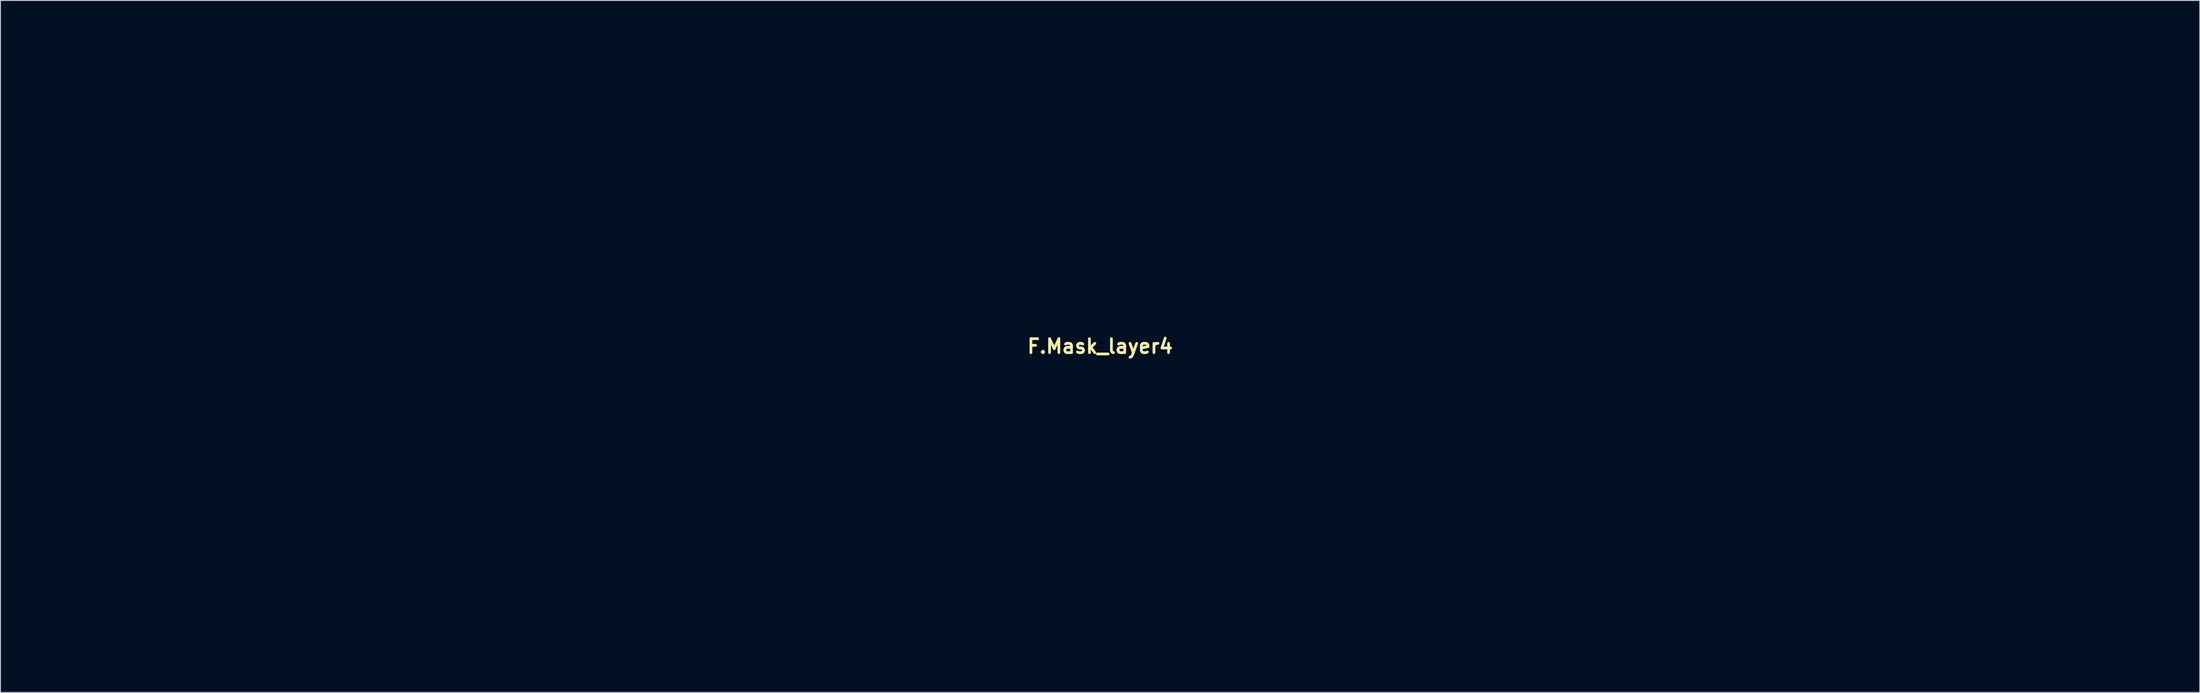
<source format=kicad_pcb>
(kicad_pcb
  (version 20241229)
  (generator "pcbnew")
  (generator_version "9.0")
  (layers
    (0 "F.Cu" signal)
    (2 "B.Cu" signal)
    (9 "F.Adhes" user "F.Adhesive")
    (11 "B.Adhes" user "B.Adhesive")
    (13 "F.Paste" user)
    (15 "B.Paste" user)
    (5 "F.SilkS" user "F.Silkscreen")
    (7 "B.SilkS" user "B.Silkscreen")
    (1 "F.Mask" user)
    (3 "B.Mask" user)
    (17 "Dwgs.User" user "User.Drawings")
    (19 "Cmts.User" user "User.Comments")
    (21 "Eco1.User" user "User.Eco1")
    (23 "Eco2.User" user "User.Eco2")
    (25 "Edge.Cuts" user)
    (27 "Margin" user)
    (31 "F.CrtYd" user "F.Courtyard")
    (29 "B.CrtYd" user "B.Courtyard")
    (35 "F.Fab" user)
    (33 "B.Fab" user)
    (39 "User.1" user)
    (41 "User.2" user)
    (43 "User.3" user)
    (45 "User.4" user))
  (footprint "F.Mask_layer4"
    (layer "F.Cu")
    (at 117.014 34.782)
    (property "Reference" "F.Mask_layer4" (at 0 0 0) (layer "F.SilkS") (effects (font (size 1.524 1.524) (thickness 0.3))))
    (attr through_hole)
    (fp_poly (pts (xy 117.009 34.798) (xy -117.009 34.798) (xy -117.009 14.177) (xy -8.271 14.177) (xy -8.255 14.326) (xy -8.248 14.353) (xy -8.189 14.486) (xy -8.1 14.593) (xy -7.989 14.672) (xy -7.863 14.72) (xy -7.726 14.735) (xy -7.587 14.712) (xy -7.491 14.673) (xy -7.372 14.59) (xy -7.284 14.485) (xy -7.228 14.366) (xy -7.204 14.238) (xy -7.206 14.195) (xy -5.73 14.195) (xy -5.713 14.326) (xy -5.665 14.449) (xy -5.586 14.558) (xy -5.478 14.647) (xy -5.343 14.709) (xy -5.334 14.712) (xy -5.211 14.729) (xy -5.07 14.712) (xy -5.018 14.699) (xy -4.896 14.642) (xy -4.796 14.555) (xy -4.722 14.444) (xy -4.676 14.319) (xy -4.661 14.184) (xy -4.68 14.049) (xy -4.717 13.955) (xy -4.8 13.834) (xy -4.907 13.743) (xy -5.029 13.685) (xy -5.161 13.66) (xy -5.296 13.67) (xy -5.426 13.715) (xy -5.546 13.797) (xy -5.57 13.819) (xy -5.66 13.935) (xy -5.712 14.063) (xy -5.73 14.195) (xy -7.206 14.195) (xy -7.211 14.109) (xy -7.249 13.984) (xy -7.318 13.871) (xy -7.419 13.776) (xy -7.492 13.732) (xy -7.631 13.683) (xy -7.774 13.673) (xy -7.914 13.699) (xy -8.042 13.762) (xy -8.087 13.796) (xy -8.186 13.907) (xy -8.248 14.035) (xy -8.271 14.177) (xy -117.009 14.177) (xy -117.009 12.925) (xy -9.524 12.925) (xy -9.515 13.046) (xy -9.502 13.111) (xy -9.468 13.181) (xy -9.408 13.26) (xy -9.334 13.336) (xy -9.256 13.398) (xy -9.187 13.434) (xy -9.186 13.434) (xy -9.081 13.454) (xy -8.96 13.458) (xy -8.847 13.446) (xy -8.819 13.439) (xy -8.74 13.402) (xy -8.655 13.338) (xy -8.576 13.259) (xy -8.517 13.177) (xy -8.506 13.155) (xy -8.478 13.056) (xy -8.468 12.937) (xy -8.47 12.904) (xy -7.004 12.904) (xy -6.994 13.032) (xy -6.954 13.154) (xy -6.884 13.264) (xy -6.782 13.355) (xy -6.756 13.372) (xy -6.629 13.432) (xy -6.508 13.457) (xy -6.382 13.447) (xy -6.31 13.429) (xy -6.183 13.371) (xy -6.081 13.285) (xy -6.005 13.176) (xy -5.957 13.053) (xy -5.94 12.922) (xy -5.954 12.79) (xy -6.002 12.664) (xy -6.081 12.555) (xy -6.199 12.461) (xy -6.333 12.404) (xy -6.478 12.388) (xy -6.631 12.412) (xy -6.634 12.413) (xy -6.761 12.469) (xy -6.862 12.553) (xy -6.937 12.658) (xy -6.984 12.778) (xy -7.004 12.904) (xy -8.47 12.904) (xy -8.476 12.818) (xy -8.504 12.716) (xy -8.506 12.71) (xy -8.585 12.585) (xy -8.691 12.491) (xy -8.82 12.43) (xy -8.969 12.405) (xy -8.996 12.405) (xy -9.148 12.423) (xy -9.281 12.478) (xy -9.391 12.567) (xy -9.474 12.687) (xy -9.485 12.71) (xy -9.513 12.807) (xy -9.524 12.925) (xy -117.009 12.925) (xy -117.009 2.021) (xy 114.501 2.021) (xy 114.503 2.121) (xy 114.51 2.193) (xy 114.526 2.253) (xy 114.552 2.316) (xy 114.56 2.333) (xy 114.65 2.469) (xy 114.766 2.577) (xy 114.904 2.655) (xy 115.057 2.7) (xy 115.218 2.709) (xy 115.382 2.682) (xy 115.436 2.664) (xy 115.56 2.597) (xy 115.675 2.499) (xy 115.77 2.378) (xy 115.804 2.318) (xy 115.844 2.196) (xy 115.86 2.055) (xy 115.851 1.91) (xy 115.817 1.776) (xy 115.8 1.736) (xy 115.709 1.591) (xy 115.587 1.474) (xy 115.464 1.4) (xy 115.324 1.355) (xy 115.17 1.342) (xy 115.016 1.359) (xy 114.891 1.4) (xy 114.746 1.49) (xy 114.628 1.612) (xy 114.559 1.72) (xy 114.531 1.781) (xy 114.513 1.837) (xy 114.504 1.902) (xy 114.501 1.991) (xy 114.501 2.021) (xy -117.009 2.021) (xy -117.009 0.834) (xy -0.157 0.834) (xy -0.154 0.991) (xy -0.116 1.143) (xy -0.044 1.283) (xy 0.002 1.341) (xy 0.128 1.458) (xy 0.266 1.536) (xy 0.42 1.575) (xy 0.574 1.578) (xy 0.677 1.564) (xy 0.773 1.539) (xy 0.81 1.524) (xy 0.956 1.434) (xy 1.074 1.314) (xy 1.132 1.225) (xy 1.165 1.157) (xy 1.185 1.092) (xy 1.197 1.013) (xy 1.203 0.928) (xy 1.206 0.833) (xy 1.202 0.765) (xy 1.19 0.707) (xy 1.166 0.646) (xy 1.155 0.621) (xy 1.064 0.47) (xy 0.943 0.348) (xy 0.836 0.279) (xy 0.78 0.251) (xy 0.727 0.235) (xy 0.666 0.226) (xy 0.581 0.223) (xy 0.529 0.223) (xy 0.385 0.23) (xy 0.269 0.255) (xy 0.169 0.303) (xy 0.074 0.377) (xy 0.039 0.41) (xy -0.06 0.536) (xy -0.125 0.68) (xy -0.157 0.834) (xy -117.009 0.834) (xy -117.009 0.138) (xy 106.269 0.138) (xy 106.271 0.236) (xy 106.277 0.307) (xy 106.292 0.364) (xy 106.318 0.422) (xy 106.325 0.436) (xy 106.367 0.51) (xy 106.412 0.578) (xy 106.434 0.606) (xy 106.491 0.659) (xy 106.574 0.715) (xy 106.666 0.765) (xy 106.753 0.801) (xy 106.774 0.807) (xy 106.869 0.819) (xy 106.984 0.816) (xy 107.103 0.8) (xy 107.208 0.773) (xy 107.242 0.759) (xy 107.369 0.679) (xy 107.48 0.57) (xy 107.566 0.442) (xy 107.57 0.433) (xy 107.597 0.372) (xy 107.612 0.311) (xy 107.62 0.237) (xy 107.622 0.138) (xy 107.612 -0.013) (xy 107.581 -0.136) (xy 107.522 -0.245) (xy 107.432 -0.35) (xy 107.432 -0.35) (xy 107.327 -0.44) (xy 107.219 -0.498) (xy 107.095 -0.53) (xy 106.945 -0.54) (xy 106.945 -0.54) (xy 106.794 -0.53) (xy 106.67 -0.498) (xy 106.562 -0.44) (xy 106.458 -0.35) (xy 106.368 -0.245) (xy 106.31 -0.136) (xy 106.278 -0.011) (xy 106.269 0.138) (xy -117.009 0.138) (xy -117.009 -2.869) (xy 9.375 -2.869) (xy 9.406 -2.718) (xy 9.467 -2.577) (xy 9.56 -2.453) (xy 9.682 -2.351) (xy 9.691 -2.345) (xy 9.83 -2.282) (xy 9.987 -2.252) (xy 10.149 -2.254) (xy 10.306 -2.291) (xy 10.346 -2.307) (xy 10.456 -2.373) (xy 10.56 -2.468) (xy 10.646 -2.58) (xy 10.702 -2.693) (xy 10.737 -2.86) (xy 10.733 -3.024) (xy 10.693 -3.18) (xy 10.619 -3.322) (xy 10.513 -3.443) (xy 10.377 -3.538) (xy 10.355 -3.55) (xy 10.286 -3.58) (xy 10.223 -3.598) (xy 10.151 -3.607) (xy 10.054 -3.609) (xy 9.909 -3.599) (xy 9.789 -3.568) (xy 9.681 -3.511) (xy 9.582 -3.431) (xy 9.48 -3.31) (xy 9.412 -3.171) (xy 9.377 -3.022) (xy 9.375 -2.869) (xy -117.009 -2.869) (xy -117.009 -4.826) (xy -5.852 -4.826) (xy -5.851 -4.733) (xy -5.844 -4.667) (xy -5.827 -4.61) (xy -5.797 -4.547) (xy -5.777 -4.508) (xy -5.678 -4.371) (xy -5.555 -4.264) (xy -5.412 -4.19) (xy -5.257 -4.152) (xy -5.094 -4.151) (xy -4.929 -4.19) (xy -4.924 -4.192) (xy -4.778 -4.268) (xy -4.659 -4.375) (xy -4.568 -4.508) (xy -4.511 -4.662) (xy -4.492 -4.781) (xy -4.499 -4.956) (xy -4.542 -5.113) (xy -4.623 -5.251) (xy -4.738 -5.365) (xy -4.856 -5.44) (xy -4.936 -5.478) (xy -5.001 -5.501) (xy -5.067 -5.511) (xy -5.155 -5.514) (xy -5.173 -5.514) (xy -5.273 -5.511) (xy -5.349 -5.5) (xy -5.417 -5.478) (xy -5.461 -5.459) (xy -5.606 -5.367) (xy -5.724 -5.244) (xy -5.797 -5.122) (xy -5.827 -5.053) (xy -5.843 -4.988) (xy -5.851 -4.91) (xy -5.852 -4.826) (xy -117.009 -4.826) (xy -117.009 -7.853) (xy -104.539 -7.853) (xy -104.529 -7.696) (xy -104.483 -7.551) (xy -104.402 -7.422) (xy -104.29 -7.316) (xy -104.201 -7.262) (xy -104.054 -7.21) (xy -103.898 -7.193) (xy -103.746 -7.211) (xy -103.64 -7.247) (xy -103.507 -7.33) (xy -103.403 -7.436) (xy -103.33 -7.56) (xy -103.287 -7.695) (xy -103.28 -7.773) (xy -89.297 -7.773) (xy -89.296 -7.767) (xy -89.282 -7.679) (xy -89.258 -7.589) (xy -89.244 -7.552) (xy -89.165 -7.424) (xy -89.058 -7.322) (xy -88.93 -7.248) (xy -88.787 -7.205) (xy -88.637 -7.194) (xy -88.485 -7.219) (xy -88.374 -7.262) (xy -88.245 -7.348) (xy -88.146 -7.457) (xy -88.128 -7.49) (xy 104.672 -7.49) (xy 104.679 -7.344) (xy 104.717 -7.202) (xy 104.787 -7.069) (xy 104.89 -6.95) (xy 104.974 -6.884) (xy 105.058 -6.833) (xy 105.135 -6.8) (xy 105.218 -6.784) (xy 105.321 -6.779) (xy 105.389 -6.781) (xy 105.499 -6.788) (xy 105.582 -6.803) (xy 105.65 -6.829) (xy 105.66 -6.834) (xy 105.802 -6.93) (xy 105.916 -7.053) (xy 105.976 -7.151) (xy 106.02 -7.283) (xy 106.038 -7.432) (xy 106.029 -7.583) (xy 105.992 -7.722) (xy 105.984 -7.742) (xy 105.901 -7.876) (xy 105.789 -7.986) (xy 105.654 -8.07) (xy 105.505 -8.123) (xy 105.347 -8.14) (xy 105.227 -8.128) (xy 105.069 -8.077) (xy 104.937 -7.997) (xy 104.829 -7.892) (xy 104.749 -7.769) (xy 104.696 -7.633) (xy 104.672 -7.49) (xy -88.128 -7.49) (xy -88.078 -7.582) (xy -88.041 -7.718) (xy -88.034 -7.859) (xy -88.058 -7.998) (xy -88.112 -8.13) (xy -88.197 -8.247) (xy -88.312 -8.344) (xy -88.379 -8.383) (xy -88.531 -8.436) (xy -88.682 -8.452) (xy -88.827 -8.433) (xy -88.961 -8.382) (xy -89.079 -8.303) (xy -89.177 -8.199) (xy -89.25 -8.074) (xy -89.291 -7.931) (xy -89.297 -7.773) (xy -103.28 -7.773) (xy -103.274 -7.835) (xy -103.292 -7.974) (xy -103.34 -8.107) (xy -103.419 -8.227) (xy -103.529 -8.328) (xy -103.619 -8.383) (xy -103.77 -8.436) (xy -103.922 -8.451) (xy -104.07 -8.431) (xy -104.208 -8.379) (xy -104.33 -8.297) (xy -104.428 -8.187) (xy -104.499 -8.051) (xy -104.511 -8.015) (xy -104.539 -7.853) (xy -117.009 -7.853) (xy -117.009 -10.313) (xy -104.537 -10.313) (xy -104.536 -10.307) (xy -104.502 -10.145) (xy -104.432 -10.004) (xy -104.328 -9.886) (xy -104.192 -9.796) (xy -104.174 -9.787) (xy -104.095 -9.757) (xy -104.012 -9.741) (xy -103.907 -9.737) (xy -103.802 -9.742) (xy -103.719 -9.757) (xy -103.64 -9.787) (xy -103.507 -9.87) (xy -103.404 -9.976) (xy -103.331 -10.1) (xy -103.288 -10.235) (xy -103.28 -10.313) (xy -89.297 -10.313) (xy -89.296 -10.307) (xy -89.262 -10.145) (xy -89.192 -10.004) (xy -89.088 -9.886) (xy -88.952 -9.796) (xy -88.934 -9.787) (xy -88.855 -9.757) (xy -88.772 -9.741) (xy -88.667 -9.737) (xy -88.562 -9.742) (xy -88.479 -9.757) (xy -88.4 -9.787) (xy -88.267 -9.87) (xy -88.163 -9.976) (xy -88.09 -10.1) (xy -88.047 -10.235) (xy -88.034 -10.375) (xy -88.052 -10.514) (xy -88.1 -10.647) (xy -88.179 -10.767) (xy -88.289 -10.868) (xy -88.379 -10.923) (xy -88.531 -10.976) (xy -88.682 -10.992) (xy -88.827 -10.973) (xy -88.961 -10.922) (xy -89.079 -10.843) (xy -89.177 -10.739) (xy -89.25 -10.614) (xy -89.291 -10.471) (xy -89.297 -10.313) (xy -103.28 -10.313) (xy -103.275 -10.375) (xy -103.292 -10.514) (xy -103.34 -10.647) (xy -103.419 -10.767) (xy -103.529 -10.868) (xy -103.619 -10.923) (xy -103.771 -10.976) (xy -103.922 -10.992) (xy -104.067 -10.973) (xy -104.201 -10.922) (xy -104.319 -10.843) (xy -104.417 -10.739) (xy -104.49 -10.614) (xy -104.531 -10.471) (xy -104.537 -10.313) (xy -117.009 -10.313) (xy -117.009 -11.263) (xy 76.097 -11.263) (xy 76.11 -11.11) (xy 76.156 -10.964) (xy 76.232 -10.832) (xy 76.337 -10.72) (xy 76.471 -10.632) (xy 76.547 -10.6) (xy 76.673 -10.572) (xy 76.815 -10.567) (xy 76.955 -10.585) (xy 77.077 -10.625) (xy 77.079 -10.626) (xy 77.206 -10.708) (xy 77.319 -10.819) (xy 77.404 -10.947) (xy 77.408 -10.954) (xy 77.434 -11.015) (xy 77.45 -11.075) (xy 77.457 -11.147) (xy 77.457 -11.17) (xy 78.003 -11.17) (xy 78.033 -11.029) (xy 78.09 -10.898) (xy 78.174 -10.78) (xy 78.28 -10.683) (xy 78.408 -10.609) (xy 78.554 -10.564) (xy 78.716 -10.554) (xy 78.761 -10.557) (xy 78.835 -10.572) (xy 78.922 -10.599) (xy 78.978 -10.62) (xy 79.107 -10.698) (xy 79.22 -10.807) (xy 79.306 -10.936) (xy 79.318 -10.961) (xy 79.344 -11.029) (xy 79.358 -11.105) (xy 79.364 -11.203) (xy 79.364 -11.239) (xy 79.361 -11.347) (xy 79.349 -11.428) (xy 79.328 -11.497) (xy 79.318 -11.518) (xy 79.23 -11.662) (xy 79.114 -11.777) (xy 78.974 -11.861) (xy 78.816 -11.91) (xy 78.7 -11.921) (xy 78.545 -11.91) (xy 78.415 -11.873) (xy 78.298 -11.805) (xy 78.21 -11.729) (xy 78.105 -11.599) (xy 78.037 -11.46) (xy 78.004 -11.315) (xy 78.003 -11.17) (xy 77.457 -11.17) (xy 77.459 -11.247) (xy 77.459 -11.25) (xy 77.456 -11.349) (xy 77.449 -11.42) (xy 77.433 -11.478) (xy 77.407 -11.538) (xy 77.4 -11.551) (xy 77.303 -11.696) (xy 77.177 -11.81) (xy 77.07 -11.872) (xy 76.995 -11.903) (xy 76.923 -11.92) (xy 76.838 -11.927) (xy 76.782 -11.927) (xy 76.687 -11.925) (xy 76.616 -11.915) (xy 76.55 -11.894) (xy 76.47 -11.858) (xy 76.383 -11.808) (xy 76.306 -11.751) (xy 76.264 -11.71) (xy 76.172 -11.569) (xy 76.117 -11.418) (xy 76.097 -11.263) (xy -117.009 -11.263) (xy -117.009 -12.903) (xy -104.531 -12.903) (xy -104.514 -12.733) (xy -104.461 -12.588) (xy -104.374 -12.467) (xy -104.252 -12.369) (xy -104.174 -12.327) (xy -104.044 -12.287) (xy -103.898 -12.274) (xy -103.754 -12.29) (xy -103.641 -12.327) (xy -103.508 -12.41) (xy -103.404 -12.516) (xy -103.331 -12.64) (xy -103.288 -12.774) (xy -103.281 -12.847) (xy -89.296 -12.847) (xy -89.296 -12.845) (xy -89.262 -12.685) (xy -89.191 -12.544) (xy -89.086 -12.426) (xy -88.952 -12.336) (xy -88.934 -12.327) (xy -88.855 -12.297) (xy -88.772 -12.281) (xy -88.667 -12.277) (xy -88.562 -12.282) (xy -88.479 -12.297) (xy -88.4 -12.327) (xy -88.267 -12.41) (xy -88.163 -12.517) (xy -88.089 -12.64) (xy -88.046 -12.775) (xy -88.034 -12.916) (xy -88.052 -13.055) (xy -88.101 -13.188) (xy -88.181 -13.308) (xy -88.291 -13.41) (xy -88.382 -13.464) (xy -88.534 -13.518) (xy -88.684 -13.533) (xy -88.829 -13.513) (xy -88.963 -13.462) (xy -89.082 -13.382) (xy -89.179 -13.278) (xy -89.25 -13.151) (xy -89.291 -13.007) (xy -89.296 -12.847) (xy -103.281 -12.847) (xy -103.275 -12.915) (xy -103.293 -13.054) (xy -103.341 -13.187) (xy -103.419 -13.307) (xy -103.529 -13.408) (xy -103.619 -13.463) (xy -103.773 -13.517) (xy -103.928 -13.533) (xy -104.078 -13.512) (xy -104.217 -13.457) (xy -104.339 -13.369) (xy -104.438 -13.251) (xy -104.468 -13.198) (xy -104.501 -13.127) (xy -104.521 -13.064) (xy -104.529 -12.994) (xy -104.531 -12.903) (xy -117.009 -12.903) (xy -117.009 -15.443) (xy -104.531 -15.443) (xy -104.514 -15.273) (xy -104.461 -15.128) (xy -104.374 -15.007) (xy -104.252 -14.909) (xy -104.174 -14.867) (xy -104.044 -14.827) (xy -103.898 -14.814) (xy -103.754 -14.83) (xy -103.641 -14.867) (xy -103.507 -14.951) (xy -103.402 -15.061) (xy -103.327 -15.191) (xy -103.285 -15.335) (xy -103.276 -15.485) (xy -103.281 -15.509) (xy -89.296 -15.509) (xy -89.293 -15.358) (xy -89.256 -15.213) (xy -89.186 -15.081) (xy -89.086 -14.967) (xy -88.956 -14.878) (xy -88.933 -14.867) (xy -88.803 -14.827) (xy -88.658 -14.814) (xy -88.514 -14.83) (xy -88.4 -14.867) (xy -88.262 -14.955) (xy -88.233 -14.986) (xy -0.792 -14.986) (xy -0.781 -14.835) (xy -0.745 -14.709) (xy -0.679 -14.596) (xy -0.592 -14.497) (xy -0.469 -14.402) (xy -0.324 -14.339) (xy -0.167 -14.309) (xy -0.005 -14.316) (xy 0.135 -14.352) (xy 0.274 -14.425) (xy 0.395 -14.531) (xy 0.489 -14.66) (xy 0.502 -14.685) (xy 0.531 -14.751) (xy 0.549 -14.811) (xy 0.558 -14.879) (xy 0.561 -14.97) (xy 0.561 -14.997) (xy 0.559 -15.095) (xy 0.552 -15.165) (xy 0.537 -15.222) (xy 0.512 -15.28) (xy 0.503 -15.298) (xy 0.404 -15.443) (xy 0.278 -15.557) (xy 0.171 -15.618) (xy 0.096 -15.648) (xy 0.024 -15.665) (xy -0.063 -15.672) (xy -0.116 -15.672) (xy -0.271 -15.66) (xy -0.401 -15.62) (xy -0.519 -15.548) (xy -0.597 -15.479) (xy -0.691 -15.37) (xy -0.752 -15.256) (xy -0.784 -15.125) (xy -0.792 -14.986) (xy -88.233 -14.986) (xy -88.151 -15.073) (xy -88.093 -15.169) (xy -88.065 -15.236) (xy -88.05 -15.305) (xy -88.043 -15.392) (xy -88.043 -15.443) (xy -88.045 -15.537) (xy -88.054 -15.607) (xy -88.074 -15.67) (xy -88.107 -15.738) (xy -88.193 -15.865) (xy -88.304 -15.962) (xy -88.432 -16.029) (xy -88.571 -16.066) (xy -88.714 -16.072) (xy -88.856 -16.047) (xy -88.989 -15.991) (xy -89.107 -15.903) (xy -89.192 -15.801) (xy -89.263 -15.658) (xy -89.296 -15.509) (xy -103.281 -15.509) (xy -103.304 -15.635) (xy -103.369 -15.779) (xy -103.382 -15.801) (xy -103.482 -15.917) (xy -103.603 -16) (xy -103.738 -16.052) (xy -103.88 -16.073) (xy -104.023 -16.063) (xy -104.161 -16.022) (xy -104.287 -15.95) (xy -104.395 -15.849) (xy -104.468 -15.738) (xy -104.501 -15.667) (xy -104.521 -15.604) (xy -104.529 -15.534) (xy -104.531 -15.443) (xy -117.009 -15.443) (xy -117.009 -17.983) (xy -104.532 -17.983) (xy -104.52 -17.835) (xy -104.484 -17.713) (xy -104.417 -17.603) (xy -104.358 -17.537) (xy -104.24 -17.441) (xy -104.105 -17.382) (xy -103.948 -17.358) (xy -103.907 -17.357) (xy -103.802 -17.362) (xy -103.719 -17.377) (xy -103.641 -17.407) (xy -103.507 -17.491) (xy -103.402 -17.601) (xy -103.327 -17.731) (xy -103.285 -17.875) (xy -103.279 -17.983) (xy -89.292 -17.983) (xy -89.28 -17.835) (xy -89.244 -17.713) (xy -89.177 -17.603) (xy -89.118 -17.537) (xy -89 -17.441) (xy -88.865 -17.382) (xy -88.708 -17.358) (xy -88.667 -17.357) (xy -88.562 -17.362) (xy -88.479 -17.377) (xy -88.401 -17.407) (xy -88.269 -17.491) (xy -88.158 -17.605) (xy -88.091 -17.714) (xy -88.064 -17.78) (xy -88.049 -17.851) (xy -88.043 -17.942) (xy -88.043 -17.983) (xy -88.045 -18.077) (xy -88.054 -18.147) (xy -88.074 -18.21) (xy -88.107 -18.278) (xy -88.196 -18.409) (xy -88.313 -18.51) (xy -88.453 -18.578) (xy -88.61 -18.611) (xy -88.667 -18.614) (xy -88.828 -18.594) (xy -88.975 -18.537) (xy -89.1 -18.447) (xy -89.2 -18.327) (xy -89.228 -18.278) (xy -89.261 -18.206) (xy -89.281 -18.144) (xy -89.29 -18.073) (xy -89.292 -17.983) (xy -103.279 -17.983) (xy -103.276 -18.025) (xy -103.304 -18.175) (xy -103.369 -18.319) (xy -103.382 -18.341) (xy -103.482 -18.457) (xy -103.603 -18.54) (xy -103.738 -18.592) (xy -103.88 -18.613) (xy -104.023 -18.603) (xy -104.161 -18.562) (xy -104.287 -18.49) (xy -104.395 -18.389) (xy -104.468 -18.278) (xy -104.501 -18.206) (xy -104.521 -18.144) (xy -104.53 -18.073) (xy -104.532 -17.983) (xy -117.009 -17.983) (xy -117.009 -20.522) (xy -104.532 -20.522) (xy -104.528 -20.42) (xy -104.517 -20.344) (xy -104.494 -20.278) (xy -104.483 -20.254) (xy -104.395 -20.12) (xy -104.278 -20.009) (xy -104.173 -19.946) (xy -104.113 -19.92) (xy -104.057 -19.905) (xy -103.991 -19.9) (xy -103.9 -19.902) (xy -103.886 -19.902) (xy -103.767 -19.912) (xy -103.678 -19.931) (xy -103.621 -19.954) (xy -103.508 -20.032) (xy -103.407 -20.137) (xy -103.331 -20.254) (xy -103.304 -20.321) (xy -103.289 -20.392) (xy -103.283 -20.484) (xy -103.283 -20.523) (xy -89.292 -20.523) (xy -89.281 -20.376) (xy -89.244 -20.254) (xy -89.178 -20.146) (xy -89.117 -20.078) (xy -89.021 -19.994) (xy -88.926 -19.94) (xy -88.819 -19.911) (xy -88.688 -19.903) (xy -88.635 -19.904) (xy -88.519 -19.914) (xy -88.431 -19.934) (xy -88.377 -19.956) (xy -88.259 -20.038) (xy -88.155 -20.15) (xy -88.091 -20.254) (xy -88.064 -20.32) (xy -88.049 -20.391) (xy -88.043 -20.482) (xy -88.043 -20.523) (xy -88.045 -20.617) (xy -88.054 -20.687) (xy -88.074 -20.75) (xy -88.107 -20.818) (xy -88.196 -20.948) (xy -88.313 -21.05) (xy -88.453 -21.119) (xy -88.608 -21.153) (xy -88.667 -21.155) (xy -88.827 -21.136) (xy -88.973 -21.079) (xy -89.099 -20.988) (xy -89.199 -20.868) (xy -89.228 -20.818) (xy -89.261 -20.746) (xy -89.281 -20.684) (xy -89.29 -20.613) (xy -89.292 -20.523) (xy -103.283 -20.523) (xy -103.285 -20.617) (xy -103.294 -20.687) (xy -103.314 -20.75) (xy -103.347 -20.818) (xy -103.433 -20.946) (xy -103.543 -21.044) (xy -103.67 -21.111) (xy -103.808 -21.147) (xy -103.95 -21.153) (xy -104.09 -21.129) (xy -104.222 -21.074) (xy -104.339 -20.989) (xy -104.436 -20.873) (xy -104.468 -20.818) (xy -104.501 -20.746) (xy -104.521 -20.683) (xy -104.53 -20.612) (xy -104.532 -20.522) (xy -117.009 -20.522) (xy -117.009 -23.137) (xy -104.536 -23.137) (xy -104.535 -22.983) (xy -104.497 -22.836) (xy -104.426 -22.702) (xy -104.326 -22.587) (xy -104.199 -22.498) (xy -104.098 -22.455) (xy -104.024 -22.443) (xy -103.926 -22.441) (xy -103.818 -22.449) (xy -103.717 -22.465) (xy -103.637 -22.487) (xy -103.621 -22.494) (xy -103.509 -22.572) (xy -103.407 -22.677) (xy -103.331 -22.794) (xy -103.331 -22.794) (xy -103.304 -22.861) (xy -103.289 -22.932) (xy -103.283 -23.024) (xy -103.283 -23.063) (xy -89.292 -23.063) (xy -89.288 -22.96) (xy -89.277 -22.884) (xy -89.254 -22.817) (xy -89.244 -22.794) (xy -89.156 -22.661) (xy -89.039 -22.551) (xy -88.902 -22.472) (xy -88.858 -22.455) (xy -88.784 -22.443) (xy -88.686 -22.441) (xy -88.578 -22.449) (xy -88.477 -22.465) (xy -88.397 -22.487) (xy -88.381 -22.494) (xy -88.269 -22.572) (xy -88.167 -22.677) (xy -88.091 -22.794) (xy -88.091 -22.794) (xy -88.064 -22.861) (xy -88.049 -22.932) (xy -88.043 -23.024) (xy -88.043 -23.063) (xy -88.045 -23.157) (xy -88.054 -23.227) (xy -88.074 -23.29) (xy -88.107 -23.358) (xy -88.196 -23.488) (xy -88.313 -23.59) (xy -88.453 -23.659) (xy -88.608 -23.693) (xy -88.667 -23.695) (xy -88.827 -23.676) (xy -88.973 -23.619) (xy -89.099 -23.528) (xy -89.199 -23.408) (xy -89.228 -23.358) (xy -89.261 -23.286) (xy -89.281 -23.224) (xy -89.29 -23.153) (xy -89.292 -23.063) (xy -103.283 -23.063) (xy -103.285 -23.157) (xy -103.294 -23.227) (xy -103.314 -23.29) (xy -103.347 -23.358) (xy -103.433 -23.486) (xy -103.543 -23.583) (xy -103.668 -23.65) (xy -103.804 -23.686) (xy -103.945 -23.693) (xy -104.083 -23.67) (xy -104.214 -23.617) (xy -104.331 -23.536) (xy -104.429 -23.427) (xy -104.499 -23.292) (xy -104.536 -23.137) (xy -117.009 -23.137) (xy -117.009 -25.648) (xy -104.539 -25.648) (xy -104.531 -25.503) (xy -104.491 -25.364) (xy -104.422 -25.236) (xy -104.325 -25.125) (xy -104.2 -25.039) (xy -104.098 -24.995) (xy -104.024 -24.983) (xy -103.926 -24.981) (xy -103.818 -24.989) (xy -103.717 -25.005) (xy -103.637 -25.027) (xy -103.621 -25.034) (xy -103.509 -25.112) (xy -103.407 -25.217) (xy -103.331 -25.334) (xy -103.331 -25.334) (xy -103.292 -25.455) (xy -103.279 -25.594) (xy -103.281 -25.622) (xy -89.295 -25.622) (xy -89.287 -25.481) (xy -89.253 -25.356) (xy -89.244 -25.334) (xy -89.156 -25.201) (xy -89.039 -25.091) (xy -88.902 -25.012) (xy -88.858 -24.995) (xy -88.784 -24.983) (xy -88.686 -24.981) (xy -88.578 -24.989) (xy -88.477 -25.005) (xy -88.397 -25.027) (xy -88.381 -25.034) (xy -88.269 -25.112) (xy -88.167 -25.217) (xy -88.091 -25.334) (xy -88.091 -25.334) (xy -88.052 -25.455) (xy -88.044 -25.538) (xy 108.513 -25.538) (xy 108.525 -25.381) (xy 108.566 -25.249) (xy 108.639 -25.131) (xy 108.697 -25.065) (xy 108.815 -24.962) (xy 108.937 -24.896) (xy 109.073 -24.862) (xy 109.223 -24.857) (xy 109.334 -24.867) (xy 109.423 -24.888) (xy 109.501 -24.921) (xy 109.637 -25.01) (xy 109.752 -25.132) (xy 109.785 -25.184) (xy 111.083 -25.184) (xy 111.105 -25.038) (xy 111.15 -24.909) (xy 111.157 -24.895) (xy 111.254 -24.76) (xy 111.381 -24.651) (xy 111.53 -24.573) (xy 111.601 -24.551) (xy 111.684 -24.54) (xy 111.79 -24.542) (xy 111.901 -24.555) (xy 112 -24.577) (xy 112.044 -24.592) (xy 112.182 -24.675) (xy 112.293 -24.786) (xy 112.376 -24.917) (xy 112.428 -25.063) (xy 112.447 -25.217) (xy 112.432 -25.372) (xy 112.381 -25.521) (xy 112.338 -25.597) (xy 112.227 -25.73) (xy 112.096 -25.826) (xy 111.945 -25.885) (xy 111.776 -25.905) (xy 111.711 -25.903) (xy 111.55 -25.873) (xy 111.402 -25.807) (xy 111.275 -25.71) (xy 111.176 -25.586) (xy 111.117 -25.466) (xy 111.087 -25.332) (xy 111.083 -25.184) (xy 109.785 -25.184) (xy 109.817 -25.235) (xy 109.84 -25.285) (xy 109.855 -25.337) (xy 109.863 -25.402) (xy 109.865 -25.494) (xy 109.866 -25.538) (xy 109.864 -25.642) (xy 109.859 -25.716) (xy 109.847 -25.771) (xy 109.827 -25.821) (xy 109.817 -25.84) (xy 109.718 -25.984) (xy 109.594 -26.099) (xy 109.499 -26.156) (xy 109.43 -26.187) (xy 109.368 -26.204) (xy 109.296 -26.213) (xy 109.199 -26.214) (xy 109.042 -26.203) (xy 108.912 -26.166) (xy 108.799 -26.1) (xy 108.701 -26.011) (xy 108.608 -25.897) (xy 108.549 -25.784) (xy 108.52 -25.659) (xy 108.513 -25.538) (xy -88.044 -25.538) (xy -88.039 -25.594) (xy -88.052 -25.736) (xy -88.092 -25.868) (xy -88.102 -25.892) (xy -88.19 -26.027) (xy -88.305 -26.13) (xy -88.442 -26.198) (xy -88.6 -26.23) (xy -88.666 -26.233) (xy -88.833 -26.214) (xy -88.98 -26.159) (xy -89.104 -26.069) (xy -89.202 -25.946) (xy -89.232 -25.892) (xy -89.276 -25.764) (xy -89.295 -25.622) (xy -103.281 -25.622) (xy -103.292 -25.736) (xy -103.332 -25.868) (xy -103.342 -25.892) (xy -103.43 -26.026) (xy -103.545 -26.129) (xy -103.683 -26.197) (xy -103.842 -26.23) (xy -103.907 -26.232) (xy -104.057 -26.22) (xy -104.184 -26.179) (xy -104.298 -26.106) (xy -104.358 -26.051) (xy -104.454 -25.928) (xy -104.514 -25.791) (xy -104.539 -25.648) (xy -117.009 -25.648) (xy -117.009 -26.397) (xy 11.916 -26.397) (xy 11.928 -26.263) (xy 11.959 -26.147) (xy 11.967 -26.129) (xy 12.058 -25.978) (xy 12.175 -25.86) (xy 12.316 -25.776) (xy 12.403 -25.745) (xy 12.512 -25.728) (xy 12.639 -25.728) (xy 12.766 -25.744) (xy 12.873 -25.776) (xy 12.878 -25.778) (xy 13.017 -25.861) (xy 13.13 -25.973) (xy 13.212 -26.107) (xy 13.263 -26.256) (xy 13.279 -26.416) (xy 13.26 -26.58) (xy 13.221 -26.699) (xy 13.171 -26.785) (xy 13.093 -26.876) (xy 13.001 -26.96) (xy 12.907 -27.024) (xy 12.902 -27.026) (xy 12.845 -27.054) (xy 12.792 -27.07) (xy 12.729 -27.079) (xy 12.644 -27.082) (xy 12.594 -27.083) (xy 12.494 -27.081) (xy 12.423 -27.075) (xy 12.367 -27.062) (xy 12.313 -27.04) (xy 12.285 -27.026) (xy 12.183 -26.957) (xy 12.087 -26.866) (xy 12.006 -26.764) (xy 11.954 -26.664) (xy 11.951 -26.656) (xy 11.923 -26.534) (xy 11.916 -26.397) (xy -117.009 -26.397) (xy -117.009 -28.188) (xy -104.539 -28.188) (xy -104.531 -28.043) (xy -104.491 -27.904) (xy -104.422 -27.776) (xy -104.325 -27.665) (xy -104.2 -27.579) (xy -104.098 -27.535) (xy -104.023 -27.523) (xy -103.924 -27.521) (xy -103.816 -27.529) (xy -103.714 -27.545) (xy -103.634 -27.569) (xy -103.619 -27.575) (xy -103.518 -27.646) (xy -103.423 -27.743) (xy -103.346 -27.853) (xy -103.301 -27.957) (xy -103.276 -28.112) (xy -103.288 -28.267) (xy -103.335 -28.414) (xy -103.414 -28.544) (xy -103.507 -28.638) (xy -103.611 -28.709) (xy -103.714 -28.752) (xy -103.83 -28.772) (xy -103.918 -28.774) (xy -104.071 -28.758) (xy -104.202 -28.71) (xy -104.322 -28.625) (xy -104.358 -28.591) (xy -104.454 -28.468) (xy -104.514 -28.331) (xy -104.539 -28.188) (xy -117.009 -28.188) (xy -117.009 -30.215) (xy 0.475 -30.215) (xy 0.482 -30.073) (xy 0.514 -29.946) (xy 0.523 -29.927) (xy 0.583 -29.823) (xy 0.666 -29.721) (xy 0.756 -29.638) (xy 0.792 -29.613) (xy 0.932 -29.55) (xy 1.088 -29.52) (xy 1.249 -29.523) (xy 1.404 -29.559) (xy 1.451 -29.578) (xy 1.577 -29.656) (xy 1.688 -29.764) (xy 1.774 -29.889) (xy 1.782 -29.904) (xy 1.806 -29.962) (xy 1.821 -30.02) (xy 1.829 -30.094) (xy 1.831 -30.195) (xy 1.831 -30.205) (xy 1.829 -30.305) (xy 1.823 -30.376) (xy 1.811 -30.432) (xy 1.788 -30.485) (xy 1.774 -30.512) (xy 1.676 -30.653) (xy 1.546 -30.766) (xy 1.432 -30.831) (xy 1.365 -30.859) (xy 1.308 -30.875) (xy 1.245 -30.881) (xy 1.161 -30.88) (xy 1.125 -30.878) (xy 1.023 -30.871) (xy 0.948 -30.858) (xy 0.884 -30.835) (xy 0.829 -30.808) (xy 0.705 -30.723) (xy 0.607 -30.613) (xy 0.531 -30.481) (xy 0.491 -30.356) (xy 0.475 -30.215) (xy -117.009 -30.215) (xy -117.009 -34.777) (xy 117.009 -34.777) (xy 117.009 34.798)) (stroke (width 0.01) (type solid)) (fill yes) (layer "F.Mask")))
  (gr_rect
    (start -3 -3)
    (end 237.029 72.585)
    (stroke (width 0.1) (type default))
    (fill no)
    (layer "Edge.Cuts")))
</source>
